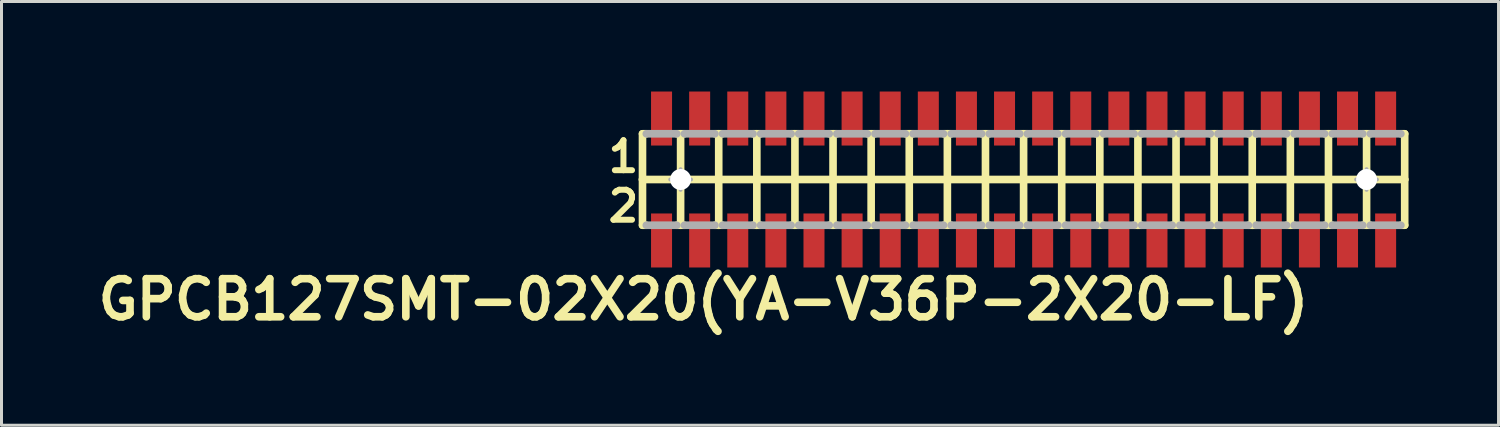
<source format=kicad_pcb>
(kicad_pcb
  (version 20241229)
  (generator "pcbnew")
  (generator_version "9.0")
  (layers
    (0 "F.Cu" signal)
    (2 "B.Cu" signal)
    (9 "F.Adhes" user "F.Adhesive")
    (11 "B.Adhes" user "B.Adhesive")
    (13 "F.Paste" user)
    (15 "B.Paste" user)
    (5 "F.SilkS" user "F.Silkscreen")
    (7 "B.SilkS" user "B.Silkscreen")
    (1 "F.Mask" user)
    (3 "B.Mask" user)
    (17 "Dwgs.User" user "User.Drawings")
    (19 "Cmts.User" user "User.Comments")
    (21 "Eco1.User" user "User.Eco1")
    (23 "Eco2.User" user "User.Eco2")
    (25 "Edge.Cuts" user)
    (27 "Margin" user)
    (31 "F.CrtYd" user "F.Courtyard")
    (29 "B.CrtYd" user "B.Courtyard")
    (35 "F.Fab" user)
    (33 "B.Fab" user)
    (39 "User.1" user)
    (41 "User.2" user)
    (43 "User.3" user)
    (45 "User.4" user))
  (footprint "GPCB127SMT-02X20(YA-V36P-2X20-LF)"
    (layer "F.Cu")
    (at 31.061 2.932)
    (property "Reference" "GPCB127SMT-02X20(YA-V36P-2X20-LF)" (at -10.668 4 0) (layer "F.SilkS") (effects (font (size 1.27 1.27) (thickness 0.254))))
    (attr smd)
    (fp_line (start -12.7 -1.524) (end -12.7 0) (stroke (width 0.254) (type solid)) (layer "F.SilkS"))
    (fp_line (start -12.7 0) (end -12.7 1.524) (stroke (width 0.254) (type solid)) (layer "F.SilkS"))
    (fp_line (start -12.7 0) (end -11.43 0) (stroke (width 0.254) (type solid)) (layer "F.SilkS"))
    (fp_line (start -12.7 1.524) (end -12.573 1.524) (stroke (width 0.254) (type solid)) (layer "F.SilkS"))
    (fp_line (start -12.573 -1.524) (end -12.7 -1.524) (stroke (width 0.254) (type solid)) (layer "F.SilkS"))
    (fp_line (start -11.557 -1.524) (end -11.43 -1.524) (stroke (width 0.254) (type solid)) (layer "F.SilkS"))
    (fp_line (start -11.557 1.524) (end -11.43 1.524) (stroke (width 0.254) (type solid)) (layer "F.SilkS"))
    (fp_line (start -11.43 -1.524) (end -11.303 -1.524) (stroke (width 0.254) (type solid)) (layer "F.SilkS"))
    (fp_line (start -11.43 0) (end -11.43 -1.524) (stroke (width 0.254) (type solid)) (layer "F.SilkS"))
    (fp_line (start -11.43 0) (end -10.16 0) (stroke (width 0.254) (type solid)) (layer "F.SilkS"))
    (fp_line (start -11.43 1.524) (end -11.43 0) (stroke (width 0.254) (type solid)) (layer "F.SilkS"))
    (fp_line (start -11.43 1.524) (end -11.303 1.524) (stroke (width 0.254) (type solid)) (layer "F.SilkS"))
    (fp_line (start -10.287 -1.524) (end -10.16 -1.524) (stroke (width 0.254) (type solid)) (layer "F.SilkS"))
    (fp_line (start -10.287 1.524) (end -10.16 1.524) (stroke (width 0.254) (type solid)) (layer "F.SilkS"))
    (fp_line (start -10.16 -1.524) (end -10.033 -1.524) (stroke (width 0.254) (type solid)) (layer "F.SilkS"))
    (fp_line (start -10.16 0) (end -10.16 -1.524) (stroke (width 0.254) (type solid)) (layer "F.SilkS"))
    (fp_line (start -10.16 0) (end -8.89 0) (stroke (width 0.254) (type solid)) (layer "F.SilkS"))
    (fp_line (start -10.16 1.524) (end -10.16 0) (stroke (width 0.254) (type solid)) (layer "F.SilkS"))
    (fp_line (start -10.16 1.524) (end -10.033 1.524) (stroke (width 0.254) (type solid)) (layer "F.SilkS"))
    (fp_line (start -9.017 -1.524) (end -8.89 -1.524) (stroke (width 0.254) (type solid)) (layer "F.SilkS"))
    (fp_line (start -9.017 1.524) (end -8.89 1.524) (stroke (width 0.254) (type solid)) (layer "F.SilkS"))
    (fp_line (start -8.89 -1.524) (end -8.763 -1.524) (stroke (width 0.254) (type solid)) (layer "F.SilkS"))
    (fp_line (start -8.89 0) (end -8.89 -1.524) (stroke (width 0.254) (type solid)) (layer "F.SilkS"))
    (fp_line (start -8.89 0) (end -7.62 0) (stroke (width 0.254) (type solid)) (layer "F.SilkS"))
    (fp_line (start -8.89 1.524) (end -8.89 0) (stroke (width 0.254) (type solid)) (layer "F.SilkS"))
    (fp_line (start -8.89 1.524) (end -8.763 1.524) (stroke (width 0.254) (type solid)) (layer "F.SilkS"))
    (fp_line (start -7.747 -1.524) (end -7.62 -1.524) (stroke (width 0.254) (type solid)) (layer "F.SilkS"))
    (fp_line (start -7.747 1.524) (end -7.62 1.524) (stroke (width 0.254) (type solid)) (layer "F.SilkS"))
    (fp_line (start -7.62 -1.524) (end -7.493 -1.524) (stroke (width 0.254) (type solid)) (layer "F.SilkS"))
    (fp_line (start -7.62 0) (end -7.62 -1.524) (stroke (width 0.254) (type solid)) (layer "F.SilkS"))
    (fp_line (start -7.62 0) (end -6.35 0) (stroke (width 0.254) (type solid)) (layer "F.SilkS"))
    (fp_line (start -7.62 1.524) (end -7.62 0) (stroke (width 0.254) (type solid)) (layer "F.SilkS"))
    (fp_line (start -7.62 1.524) (end -7.493 1.524) (stroke (width 0.254) (type solid)) (layer "F.SilkS"))
    (fp_line (start -6.477 -1.524) (end -6.35 -1.524) (stroke (width 0.254) (type solid)) (layer "F.SilkS"))
    (fp_line (start -6.477 1.524) (end -6.35 1.524) (stroke (width 0.254) (type solid)) (layer "F.SilkS"))
    (fp_line (start -6.35 -1.524) (end -6.223 -1.524) (stroke (width 0.254) (type solid)) (layer "F.SilkS"))
    (fp_line (start -6.35 0) (end -6.35 -1.524) (stroke (width 0.254) (type solid)) (layer "F.SilkS"))
    (fp_line (start -6.35 0) (end -5.08 0) (stroke (width 0.254) (type solid)) (layer "F.SilkS"))
    (fp_line (start -6.35 1.524) (end -6.35 0) (stroke (width 0.254) (type solid)) (layer "F.SilkS"))
    (fp_line (start -6.35 1.524) (end -6.223 1.524) (stroke (width 0.254) (type solid)) (layer "F.SilkS"))
    (fp_line (start -5.207 -1.524) (end -5.08 -1.524) (stroke (width 0.254) (type solid)) (layer "F.SilkS"))
    (fp_line (start -5.207 1.524) (end -5.08 1.524) (stroke (width 0.254) (type solid)) (layer "F.SilkS"))
    (fp_line (start -5.08 -1.524) (end -4.953 -1.524) (stroke (width 0.254) (type solid)) (layer "F.SilkS"))
    (fp_line (start -5.08 0) (end -5.08 -1.524) (stroke (width 0.254) (type solid)) (layer "F.SilkS"))
    (fp_line (start -5.08 0) (end -3.81 0) (stroke (width 0.254) (type solid)) (layer "F.SilkS"))
    (fp_line (start -5.08 1.524) (end -5.08 0) (stroke (width 0.254) (type solid)) (layer "F.SilkS"))
    (fp_line (start -5.08 1.524) (end -4.953 1.524) (stroke (width 0.254) (type solid)) (layer "F.SilkS"))
    (fp_line (start -3.937 -1.524) (end -3.81 -1.524) (stroke (width 0.254) (type solid)) (layer "F.SilkS"))
    (fp_line (start -3.937 1.524) (end -3.81 1.524) (stroke (width 0.254) (type solid)) (layer "F.SilkS"))
    (fp_line (start -3.81 -1.524) (end -3.683 -1.524) (stroke (width 0.254) (type solid)) (layer "F.SilkS"))
    (fp_line (start -3.81 0) (end -3.81 -1.524) (stroke (width 0.254) (type solid)) (layer "F.SilkS"))
    (fp_line (start -3.81 0) (end -2.54 0) (stroke (width 0.254) (type solid)) (layer "F.SilkS"))
    (fp_line (start -3.81 1.524) (end -3.81 0) (stroke (width 0.254) (type solid)) (layer "F.SilkS"))
    (fp_line (start -3.81 1.524) (end -3.683 1.524) (stroke (width 0.254) (type solid)) (layer "F.SilkS"))
    (fp_line (start -2.667 -1.524) (end -2.54 -1.524) (stroke (width 0.254) (type solid)) (layer "F.SilkS"))
    (fp_line (start -2.667 1.524) (end -2.54 1.524) (stroke (width 0.254) (type solid)) (layer "F.SilkS"))
    (fp_line (start -2.54 -1.524) (end -2.413 -1.524) (stroke (width 0.254) (type solid)) (layer "F.SilkS"))
    (fp_line (start -2.54 0) (end -2.54 -1.524) (stroke (width 0.254) (type solid)) (layer "F.SilkS"))
    (fp_line (start -2.54 0) (end -1.27 0) (stroke (width 0.254) (type solid)) (layer "F.SilkS"))
    (fp_line (start -2.54 1.524) (end -2.54 0) (stroke (width 0.254) (type solid)) (layer "F.SilkS"))
    (fp_line (start -2.54 1.524) (end -2.413 1.524) (stroke (width 0.254) (type solid)) (layer "F.SilkS"))
    (fp_line (start -1.397 -1.524) (end -1.143 -1.524) (stroke (width 0.254) (type solid)) (layer "F.SilkS"))
    (fp_line (start -1.397 1.524) (end -1.27 1.524) (stroke (width 0.254) (type solid)) (layer "F.SilkS"))
    (fp_line (start -1.27 0) (end -1.27 -1.524) (stroke (width 0.254) (type solid)) (layer "F.SilkS"))
    (fp_line (start -1.27 0) (end 0 0) (stroke (width 0.254) (type solid)) (layer "F.SilkS"))
    (fp_line (start -1.27 1.524) (end -1.27 0) (stroke (width 0.254) (type solid)) (layer "F.SilkS"))
    (fp_line (start -1.27 1.524) (end -1.143 1.524) (stroke (width 0.254) (type solid)) (layer "F.SilkS"))
    (fp_line (start -0.127 -1.524) (end 0 -1.524) (stroke (width 0.254) (type solid)) (layer "F.SilkS"))
    (fp_line (start 0 -1.524) (end 0 0) (stroke (width 0.254) (type solid)) (layer "F.SilkS"))
    (fp_line (start 0 0) (end 0 1.524) (stroke (width 0.254) (type solid)) (layer "F.SilkS"))
    (fp_line (start 0 0) (end 1.27 0) (stroke (width 0.254) (type solid)) (layer "F.SilkS"))
    (fp_line (start 0 1.524) (end -0.127 1.524) (stroke (width 0.254) (type solid)) (layer "F.SilkS"))
    (fp_line (start 0 1.524) (end 0.127 1.524) (stroke (width 0.254) (type solid)) (layer "F.SilkS"))
    (fp_line (start 0.127 -1.524) (end 0 -1.524) (stroke (width 0.254) (type solid)) (layer "F.SilkS"))
    (fp_line (start 1.143 -1.524) (end 1.27 -1.524) (stroke (width 0.254) (type solid)) (layer "F.SilkS"))
    (fp_line (start 1.143 1.524) (end 1.27 1.524) (stroke (width 0.254) (type solid)) (layer "F.SilkS"))
    (fp_line (start 1.27 -1.524) (end 1.397 -1.524) (stroke (width 0.254) (type solid)) (layer "F.SilkS"))
    (fp_line (start 1.27 0) (end 1.27 -1.524) (stroke (width 0.254) (type solid)) (layer "F.SilkS"))
    (fp_line (start 1.27 0) (end 2.54 0) (stroke (width 0.254) (type solid)) (layer "F.SilkS"))
    (fp_line (start 1.27 1.524) (end 1.27 0) (stroke (width 0.254) (type solid)) (layer "F.SilkS"))
    (fp_line (start 1.27 1.524) (end 1.397 1.524) (stroke (width 0.254) (type solid)) (layer "F.SilkS"))
    (fp_line (start 2.413 -1.524) (end 2.54 -1.524) (stroke (width 0.254) (type solid)) (layer "F.SilkS"))
    (fp_line (start 2.413 1.524) (end 2.54 1.524) (stroke (width 0.254) (type solid)) (layer "F.SilkS"))
    (fp_line (start 2.54 -1.524) (end 2.667 -1.524) (stroke (width 0.254) (type solid)) (layer "F.SilkS"))
    (fp_line (start 2.54 0) (end 2.54 -1.524) (stroke (width 0.254) (type solid)) (layer "F.SilkS"))
    (fp_line (start 2.54 0) (end 3.81 0) (stroke (width 0.254) (type solid)) (layer "F.SilkS"))
    (fp_line (start 2.54 1.524) (end 2.54 0) (stroke (width 0.254) (type solid)) (layer "F.SilkS"))
    (fp_line (start 2.54 1.524) (end 2.667 1.524) (stroke (width 0.254) (type solid)) (layer "F.SilkS"))
    (fp_line (start 3.683 -1.524) (end 3.81 -1.524) (stroke (width 0.254) (type solid)) (layer "F.SilkS"))
    (fp_line (start 3.683 1.524) (end 3.81 1.524) (stroke (width 0.254) (type solid)) (layer "F.SilkS"))
    (fp_line (start 3.81 -1.524) (end 3.937 -1.524) (stroke (width 0.254) (type solid)) (layer "F.SilkS"))
    (fp_line (start 3.81 0) (end 3.81 -1.524) (stroke (width 0.254) (type solid)) (layer "F.SilkS"))
    (fp_line (start 3.81 0) (end 5.08 0) (stroke (width 0.254) (type solid)) (layer "F.SilkS"))
    (fp_line (start 3.81 1.524) (end 3.81 0) (stroke (width 0.254) (type solid)) (layer "F.SilkS"))
    (fp_line (start 3.81 1.524) (end 3.937 1.524) (stroke (width 0.254) (type solid)) (layer "F.SilkS"))
    (fp_line (start 4.953 -1.524) (end 5.08 -1.524) (stroke (width 0.254) (type solid)) (layer "F.SilkS"))
    (fp_line (start 4.953 1.524) (end 5.08 1.524) (stroke (width 0.254) (type solid)) (layer "F.SilkS"))
    (fp_line (start 5.08 -1.524) (end 5.207 -1.524) (stroke (width 0.254) (type solid)) (layer "F.SilkS"))
    (fp_line (start 5.08 0) (end 5.08 -1.524) (stroke (width 0.254) (type solid)) (layer "F.SilkS"))
    (fp_line (start 5.08 0) (end 6.35 0) (stroke (width 0.254) (type solid)) (layer "F.SilkS"))
    (fp_line (start 5.08 1.524) (end 5.08 0) (stroke (width 0.254) (type solid)) (layer "F.SilkS"))
    (fp_line (start 5.08 1.524) (end 5.207 1.524) (stroke (width 0.254) (type solid)) (layer "F.SilkS"))
    (fp_line (start 6.223 -1.524) (end 6.35 -1.524) (stroke (width 0.254) (type solid)) (layer "F.SilkS"))
    (fp_line (start 6.223 1.524) (end 6.35 1.524) (stroke (width 0.254) (type solid)) (layer "F.SilkS"))
    (fp_line (start 6.35 -1.524) (end 6.477 -1.524) (stroke (width 0.254) (type solid)) (layer "F.SilkS"))
    (fp_line (start 6.35 0) (end 6.35 -1.524) (stroke (width 0.254) (type solid)) (layer "F.SilkS"))
    (fp_line (start 6.35 0) (end 7.62 0) (stroke (width 0.254) (type solid)) (layer "F.SilkS"))
    (fp_line (start 6.35 1.524) (end 6.35 0) (stroke (width 0.254) (type solid)) (layer "F.SilkS"))
    (fp_line (start 6.35 1.524) (end 6.477 1.524) (stroke (width 0.254) (type solid)) (layer "F.SilkS"))
    (fp_line (start 7.493 -1.524) (end 7.62 -1.524) (stroke (width 0.254) (type solid)) (layer "F.SilkS"))
    (fp_line (start 7.493 1.524) (end 7.62 1.524) (stroke (width 0.254) (type solid)) (layer "F.SilkS"))
    (fp_line (start 7.62 -1.524) (end 7.747 -1.524) (stroke (width 0.254) (type solid)) (layer "F.SilkS"))
    (fp_line (start 7.62 0) (end 7.62 -1.524) (stroke (width 0.254) (type solid)) (layer "F.SilkS"))
    (fp_line (start 7.62 0) (end 8.89 0) (stroke (width 0.254) (type solid)) (layer "F.SilkS"))
    (fp_line (start 7.62 1.524) (end 7.62 0) (stroke (width 0.254) (type solid)) (layer "F.SilkS"))
    (fp_line (start 7.62 1.524) (end 7.747 1.524) (stroke (width 0.254) (type solid)) (layer "F.SilkS"))
    (fp_line (start 8.763 -1.524) (end 8.89 -1.524) (stroke (width 0.254) (type solid)) (layer "F.SilkS"))
    (fp_line (start 8.763 1.524) (end 8.89 1.524) (stroke (width 0.254) (type solid)) (layer "F.SilkS"))
    (fp_line (start 8.89 -1.524) (end 9.017 -1.524) (stroke (width 0.254) (type solid)) (layer "F.SilkS"))
    (fp_line (start 8.89 0) (end 8.89 -1.524) (stroke (width 0.254) (type solid)) (layer "F.SilkS"))
    (fp_line (start 8.89 0) (end 10.16 0) (stroke (width 0.254) (type solid)) (layer "F.SilkS"))
    (fp_line (start 8.89 1.524) (end 8.89 0) (stroke (width 0.254) (type solid)) (layer "F.SilkS"))
    (fp_line (start 8.89 1.524) (end 9.017 1.524) (stroke (width 0.254) (type solid)) (layer "F.SilkS"))
    (fp_line (start 10.033 -1.524) (end 10.16 -1.524) (stroke (width 0.254) (type solid)) (layer "F.SilkS"))
    (fp_line (start 10.033 1.524) (end 10.16 1.524) (stroke (width 0.254) (type solid)) (layer "F.SilkS"))
    (fp_line (start 10.16 -1.524) (end 10.287 -1.524) (stroke (width 0.254) (type solid)) (layer "F.SilkS"))
    (fp_line (start 10.16 0) (end 10.16 -1.524) (stroke (width 0.254) (type solid)) (layer "F.SilkS"))
    (fp_line (start 10.16 0) (end 11.43 0) (stroke (width 0.254) (type solid)) (layer "F.SilkS"))
    (fp_line (start 10.16 1.524) (end 10.16 0) (stroke (width 0.254) (type solid)) (layer "F.SilkS"))
    (fp_line (start 10.16 1.524) (end 10.287 1.524) (stroke (width 0.254) (type solid)) (layer "F.SilkS"))
    (fp_line (start 11.303 -1.524) (end 11.557 -1.524) (stroke (width 0.254) (type solid)) (layer "F.SilkS"))
    (fp_line (start 11.303 1.524) (end 11.43 1.524) (stroke (width 0.254) (type solid)) (layer "F.SilkS"))
    (fp_line (start 11.43 0) (end 11.43 -1.524) (stroke (width 0.254) (type solid)) (layer "F.SilkS"))
    (fp_line (start 11.43 0) (end 12.7 0) (stroke (width 0.254) (type solid)) (layer "F.SilkS"))
    (fp_line (start 11.43 1.524) (end 11.43 0) (stroke (width 0.254) (type solid)) (layer "F.SilkS"))
    (fp_line (start 11.43 1.524) (end 11.557 1.524) (stroke (width 0.254) (type solid)) (layer "F.SilkS"))
    (fp_line (start 12.573 -1.524) (end 12.7 -1.524) (stroke (width 0.254) (type solid)) (layer "F.SilkS"))
    (fp_line (start 12.7 -1.524) (end 12.7 0) (stroke (width 0.254) (type solid)) (layer "F.SilkS"))
    (fp_line (start 12.7 0) (end 12.7 1.524) (stroke (width 0.254) (type solid)) (layer "F.SilkS"))
    (fp_line (start 12.7 1.524) (end 12.573 1.524) (stroke (width 0.254) (type solid)) (layer "F.SilkS"))
    (fp_line (start -12.573 -1.524) (end -11.557 -1.524) (stroke (width 0.254) (type solid)) (layer "F.Fab"))
    (fp_line (start -12.573 1.524) (end -11.557 1.524) (stroke (width 0.254) (type solid)) (layer "F.Fab"))
    (fp_line (start -11.778 0) (end -11.079 0) (stroke (width 0.127) (type solid)) (layer "F.Fab"))
    (fp_line (start -11.43 0.348) (end -11.43 -0.348) (stroke (width 0.127) (type solid)) (layer "F.Fab"))
    (fp_line (start -11.303 -1.524) (end -10.287 -1.524) (stroke (width 0.254) (type solid)) (layer "F.Fab"))
    (fp_line (start -11.303 1.524) (end -10.287 1.524) (stroke (width 0.254) (type solid)) (layer "F.Fab"))
    (fp_line (start -10.033 -1.524) (end -9.017 -1.524) (stroke (width 0.254) (type solid)) (layer "F.Fab"))
    (fp_line (start -10.033 1.524) (end -9.017 1.524) (stroke (width 0.254) (type solid)) (layer "F.Fab"))
    (fp_line (start -8.763 -1.524) (end -7.747 -1.524) (stroke (width 0.254) (type solid)) (layer "F.Fab"))
    (fp_line (start -8.763 1.524) (end -7.747 1.524) (stroke (width 0.254) (type solid)) (layer "F.Fab"))
    (fp_line (start -7.493 -1.524) (end -6.477 -1.524) (stroke (width 0.254) (type solid)) (layer "F.Fab"))
    (fp_line (start -7.493 1.524) (end -6.477 1.524) (stroke (width 0.254) (type solid)) (layer "F.Fab"))
    (fp_line (start -6.223 -1.524) (end -5.207 -1.524) (stroke (width 0.254) (type solid)) (layer "F.Fab"))
    (fp_line (start -6.223 1.524) (end -5.207 1.524) (stroke (width 0.254) (type solid)) (layer "F.Fab"))
    (fp_line (start -4.953 -1.524) (end -3.937 -1.524) (stroke (width 0.254) (type solid)) (layer "F.Fab"))
    (fp_line (start -4.953 1.524) (end -3.937 1.524) (stroke (width 0.254) (type solid)) (layer "F.Fab"))
    (fp_line (start -3.683 -1.524) (end -2.667 -1.524) (stroke (width 0.254) (type solid)) (layer "F.Fab"))
    (fp_line (start -3.683 1.524) (end -2.667 1.524) (stroke (width 0.254) (type solid)) (layer "F.Fab"))
    (fp_line (start -2.413 -1.524) (end -1.397 -1.524) (stroke (width 0.254) (type solid)) (layer "F.Fab"))
    (fp_line (start -2.413 1.524) (end -1.397 1.524) (stroke (width 0.254) (type solid)) (layer "F.Fab"))
    (fp_line (start -1.143 -1.524) (end -0.127 -1.524) (stroke (width 0.254) (type solid)) (layer "F.Fab"))
    (fp_line (start -1.143 1.524) (end -0.127 1.524) (stroke (width 0.254) (type solid)) (layer "F.Fab"))
    (fp_line (start 0.127 -1.524) (end 1.143 -1.524) (stroke (width 0.254) (type solid)) (layer "F.Fab"))
    (fp_line (start 0.127 1.524) (end 1.143 1.524) (stroke (width 0.254) (type solid)) (layer "F.Fab"))
    (fp_line (start 1.397 -1.524) (end 2.413 -1.524) (stroke (width 0.254) (type solid)) (layer "F.Fab"))
    (fp_line (start 1.397 1.524) (end 2.413 1.524) (stroke (width 0.254) (type solid)) (layer "F.Fab"))
    (fp_line (start 2.667 -1.524) (end 3.683 -1.524) (stroke (width 0.254) (type solid)) (layer "F.Fab"))
    (fp_line (start 2.667 1.524) (end 3.683 1.524) (stroke (width 0.254) (type solid)) (layer "F.Fab"))
    (fp_line (start 3.937 -1.524) (end 4.953 -1.524) (stroke (width 0.254) (type solid)) (layer "F.Fab"))
    (fp_line (start 3.937 1.524) (end 4.953 1.524) (stroke (width 0.254) (type solid)) (layer "F.Fab"))
    (fp_line (start 5.207 -1.524) (end 6.223 -1.524) (stroke (width 0.254) (type solid)) (layer "F.Fab"))
    (fp_line (start 5.207 1.524) (end 6.223 1.524) (stroke (width 0.254) (type solid)) (layer "F.Fab"))
    (fp_line (start 6.477 -1.524) (end 7.493 -1.524) (stroke (width 0.254) (type solid)) (layer "F.Fab"))
    (fp_line (start 6.477 1.524) (end 7.493 1.524) (stroke (width 0.254) (type solid)) (layer "F.Fab"))
    (fp_line (start 7.747 -1.524) (end 8.763 -1.524) (stroke (width 0.254) (type solid)) (layer "F.Fab"))
    (fp_line (start 7.747 1.524) (end 8.763 1.524) (stroke (width 0.254) (type solid)) (layer "F.Fab"))
    (fp_line (start 9.017 -1.524) (end 10.033 -1.524) (stroke (width 0.254) (type solid)) (layer "F.Fab"))
    (fp_line (start 9.017 1.524) (end 10.033 1.524) (stroke (width 0.254) (type solid)) (layer "F.Fab"))
    (fp_line (start 10.287 -1.524) (end 11.303 -1.524) (stroke (width 0.254) (type solid)) (layer "F.Fab"))
    (fp_line (start 10.287 1.524) (end 11.303 1.524) (stroke (width 0.254) (type solid)) (layer "F.Fab"))
    (fp_line (start 11.079 0) (end 11.778 0) (stroke (width 0.127) (type solid)) (layer "F.Fab"))
    (fp_line (start 11.43 0.348) (end 11.43 -0.348) (stroke (width 0.127) (type solid)) (layer "F.Fab"))
    (fp_line (start 11.557 -1.524) (end 12.573 -1.524) (stroke (width 0.254) (type solid)) (layer "F.Fab"))
    (fp_line (start 11.557 1.524) (end 12.573 1.524) (stroke (width 0.254) (type solid)) (layer "F.Fab"))
    (fp_circle (center -11.43 0) (end -11.603 0.173) (stroke (width 0.127) (type solid)) (fill no) (layer "F.Fab"))
    (fp_circle (center 11.43 0) (end 11.603 0.173) (stroke (width 0.127) (type solid)) (fill no) (layer "F.Fab"))
    (fp_text user "1" (at -13.335 -0.762 0) (layer "F.SilkS") (effects (font (size 1 1) (thickness 0.2))))
    (fp_text user "2" (at -13.335 0.889 0) (layer "F.SilkS") (effects (font (size 1 1) (thickness 0.2))))
    (pad "" np_thru_hole circle (at -11.43 0 90) (size 0.7 0.7) (drill 0.7) (layers "*.Cu" "*.Mask"))
    (pad "" np_thru_hole circle (at 11.43 0 90) (size 0.7 0.7) (drill 0.7) (layers "*.Cu" "*.Mask"))
    (pad "1" smd rect (at -12.065 -2.032 270) (size 1.8 0.7) (layers "F.Cu" "F.Mask" "F.Paste"))
    (pad "2" smd rect (at -12.065 2.032 270) (size 1.8 0.7) (layers "F.Cu" "F.Mask" "F.Paste"))
    (pad "3" smd rect (at -10.795 -2.032 270) (size 1.8 0.7) (layers "F.Cu" "F.Mask" "F.Paste"))
    (pad "4" smd rect (at -10.795 2.032 270) (size 1.8 0.7) (layers "F.Cu" "F.Mask" "F.Paste"))
    (pad "5" smd rect (at -9.525 -2.032 270) (size 1.8 0.7) (layers "F.Cu" "F.Mask" "F.Paste"))
    (pad "6" smd rect (at -9.525 2.032 270) (size 1.8 0.7) (layers "F.Cu" "F.Mask" "F.Paste"))
    (pad "7" smd rect (at -8.255 -2.032 270) (size 1.8 0.7) (layers "F.Cu" "F.Mask" "F.Paste"))
    (pad "8" smd rect (at -8.255 2.032 270) (size 1.8 0.7) (layers "F.Cu" "F.Mask" "F.Paste"))
    (pad "9" smd rect (at -6.985 -2.032 270) (size 1.8 0.7) (layers "F.Cu" "F.Mask" "F.Paste"))
    (pad "10" smd rect (at -6.985 2.032 270) (size 1.8 0.7) (layers "F.Cu" "F.Mask" "F.Paste"))
    (pad "11" smd rect (at -5.715 -2.032 270) (size 1.8 0.7) (layers "F.Cu" "F.Mask" "F.Paste"))
    (pad "12" smd rect (at -5.715 2.032 270) (size 1.8 0.7) (layers "F.Cu" "F.Mask" "F.Paste"))
    (pad "13" smd rect (at -4.445 -2.032 90) (size 1.8 0.7) (layers "F.Cu" "F.Mask" "F.Paste"))
    (pad "14" smd rect (at -4.445 2.032 90) (size 1.8 0.7) (layers "F.Cu" "F.Mask" "F.Paste"))
    (pad "15" smd rect (at -3.175 -2.032 90) (size 1.8 0.7) (layers "F.Cu" "F.Mask" "F.Paste"))
    (pad "16" smd rect (at -3.175 2.032 90) (size 1.8 0.7) (layers "F.Cu" "F.Mask" "F.Paste"))
    (pad "17" smd rect (at -1.905 -2.032 90) (size 1.8 0.7) (layers "F.Cu" "F.Mask" "F.Paste"))
    (pad "18" smd rect (at -1.905 2.032 90) (size 1.8 0.7) (layers "F.Cu" "F.Mask" "F.Paste"))
    (pad "19" smd rect (at -0.635 -2.032 90) (size 1.8 0.7) (layers "F.Cu" "F.Mask" "F.Paste"))
    (pad "20" smd rect (at -0.635 2.032 90) (size 1.8 0.7) (layers "F.Cu" "F.Mask" "F.Paste"))
    (pad "21" smd rect (at 0.635 -2.032 270) (size 1.8 0.7) (layers "F.Cu" "F.Mask" "F.Paste"))
    (pad "22" smd rect (at 0.635 2.032 270) (size 1.8 0.7) (layers "F.Cu" "F.Mask" "F.Paste"))
    (pad "23" smd rect (at 1.905 -2.032 270) (size 1.8 0.7) (layers "F.Cu" "F.Mask" "F.Paste"))
    (pad "24" smd rect (at 1.905 2.032 270) (size 1.8 0.7) (layers "F.Cu" "F.Mask" "F.Paste"))
    (pad "25" smd rect (at 3.175 -2.032 270) (size 1.8 0.7) (layers "F.Cu" "F.Mask" "F.Paste"))
    (pad "26" smd rect (at 3.175 2.032 270) (size 1.8 0.7) (layers "F.Cu" "F.Mask" "F.Paste"))
    (pad "27" smd rect (at 4.445 -2.032 270) (size 1.8 0.7) (layers "F.Cu" "F.Mask" "F.Paste"))
    (pad "28" smd rect (at 4.445 2.032 270) (size 1.8 0.7) (layers "F.Cu" "F.Mask" "F.Paste"))
    (pad "29" smd rect (at 5.715 -2.032 270) (size 1.8 0.7) (layers "F.Cu" "F.Mask" "F.Paste"))
    (pad "30" smd rect (at 5.715 2.032 270) (size 1.8 0.7) (layers "F.Cu" "F.Mask" "F.Paste"))
    (pad "31" smd rect (at 6.985 -2.032 270) (size 1.8 0.7) (layers "F.Cu" "F.Mask" "F.Paste"))
    (pad "32" smd rect (at 6.985 2.032 270) (size 1.8 0.7) (layers "F.Cu" "F.Mask" "F.Paste"))
    (pad "33" smd rect (at 8.255 -2.032 90) (size 1.8 0.7) (layers "F.Cu" "F.Mask" "F.Paste"))
    (pad "34" smd rect (at 8.255 2.032 90) (size 1.8 0.7) (layers "F.Cu" "F.Mask" "F.Paste"))
    (pad "35" smd rect (at 9.525 -2.032 90) (size 1.8 0.7) (layers "F.Cu" "F.Mask" "F.Paste"))
    (pad "36" smd rect (at 9.525 2.032 90) (size 1.8 0.7) (layers "F.Cu" "F.Mask" "F.Paste"))
    (pad "37" smd rect (at 10.795 -2.032 90) (size 1.8 0.7) (layers "F.Cu" "F.Mask" "F.Paste"))
    (pad "38" smd rect (at 10.795 2.032 90) (size 1.8 0.7) (layers "F.Cu" "F.Mask" "F.Paste"))
    (pad "39" smd rect (at 12.065 -2.032 90) (size 1.8 0.7) (layers "F.Cu" "F.Mask" "F.Paste"))
    (pad "40" smd rect (at 12.065 2.032 90) (size 1.8 0.7) (layers "F.Cu" "F.Mask" "F.Paste")))
  (gr_rect
    (start -3 -3)
    (end 46.888 11.121)
    (stroke (width 0.1) (type default))
    (fill no)
    (layer "Edge.Cuts")))
</source>
